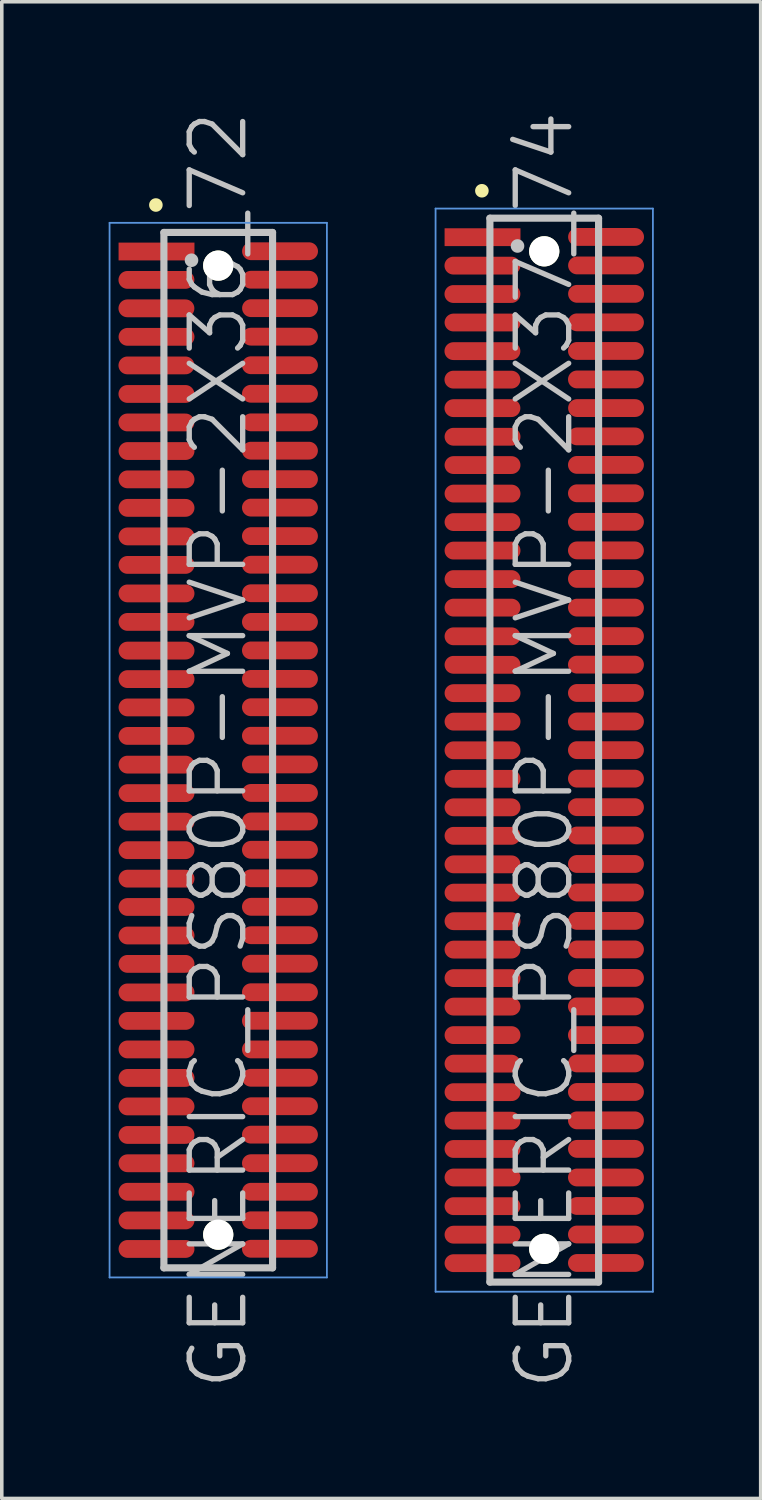
<source format=kicad_pcb>
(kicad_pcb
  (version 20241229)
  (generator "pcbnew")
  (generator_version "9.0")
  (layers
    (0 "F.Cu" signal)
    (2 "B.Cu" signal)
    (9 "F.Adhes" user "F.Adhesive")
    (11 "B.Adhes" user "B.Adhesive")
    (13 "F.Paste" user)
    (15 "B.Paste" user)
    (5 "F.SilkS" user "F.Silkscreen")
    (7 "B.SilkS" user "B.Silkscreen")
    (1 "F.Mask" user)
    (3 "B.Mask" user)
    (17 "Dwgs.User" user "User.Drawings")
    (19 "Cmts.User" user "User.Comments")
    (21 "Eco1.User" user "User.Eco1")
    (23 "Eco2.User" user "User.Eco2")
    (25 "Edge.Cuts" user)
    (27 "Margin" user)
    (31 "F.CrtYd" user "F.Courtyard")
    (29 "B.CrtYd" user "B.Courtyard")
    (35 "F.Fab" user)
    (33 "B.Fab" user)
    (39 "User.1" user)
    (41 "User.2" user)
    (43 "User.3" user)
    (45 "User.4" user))
  (footprint "GENERIC_PS80P-MVP-2X37_74"
    (layer "F.Cu")
    (at 12.225 18.004)
    (property "Reference" "GENERIC_PS80P-MVP-2X37_74" (at 0 0 90) (layer "Dwgs.User") (effects (font (size 1.5 1.5) (thickness 0.15))))
    (attr smd)
    (fp_line (start -1.75 -15.7) (end -1.75 -15.7) (stroke (width 0.381) (type solid)) (layer "F.SilkS"))
    (fp_line (start -1.525 -14.93) (end -1.525 14.93) (stroke (width 0.2) (type solid)) (layer "Dwgs.User"))
    (fp_line (start -1.525 -14.93) (end 1.525 -14.93) (stroke (width 0.2) (type solid)) (layer "Dwgs.User"))
    (fp_line (start -1.525 14.93) (end 1.525 14.93) (stroke (width 0.2) (type solid)) (layer "Dwgs.User"))
    (fp_line (start -0.75 -14.15) (end -0.75 -14.15) (stroke (width 0.381) (type solid)) (layer "Dwgs.User"))
    (fp_line (start 1.525 -14.93) (end 1.525 14.93) (stroke (width 0.2) (type solid)) (layer "Dwgs.User"))
    (fp_line (start -3.05 -15.2) (end -3.05 15.2) (stroke (width 0.05) (type solid)) (layer "Cmts.User"))
    (fp_line (start -3.05 -15.2) (end 3.05 -15.2) (stroke (width 0.05) (type solid)) (layer "Cmts.User"))
    (fp_line (start -3.05 15.2) (end 3.05 15.2) (stroke (width 0.05) (type solid)) (layer "Cmts.User"))
    (fp_line (start 3.05 -15.2) (end 3.05 15.2) (stroke (width 0.05) (type solid)) (layer "Cmts.User"))
    (pad "" np_thru_hole circle (at 0 -14 270) (size 0.848 0.848) (drill 0.848) (layers "*.Cu" "*.Mask" "F.SilkS"))
    (pad "" np_thru_hole circle (at 0 13.998 270) (size 0.848 0.848) (drill 0.848) (layers "*.Cu" "*.Mask" "F.SilkS"))
    (pad "1" smd rect (at -1.732 -14.397 270) (size 0.5 2.13) (layers "F.Cu" "F.Mask" "F.Paste"))
    (pad "2" smd oval (at 1.735 -14.404 270) (size 0.5 2.13) (layers "F.Cu" "F.Mask" "F.Paste"))
    (pad "3" smd oval (at -1.735 -13.599 270) (size 0.5 2.13) (layers "F.Cu" "F.Mask" "F.Paste"))
    (pad "4" smd oval (at 1.735 -13.604 270) (size 0.5 2.13) (layers "F.Cu" "F.Mask" "F.Paste"))
    (pad "5" smd oval (at -1.735 -12.802 270) (size 0.5 2.13) (layers "F.Cu" "F.Mask" "F.Paste"))
    (pad "6" smd oval (at 1.735 -12.807 270) (size 0.5 2.13) (layers "F.Cu" "F.Mask" "F.Paste"))
    (pad "7" smd oval (at -1.732 -12.002 270) (size 0.5 2.13) (layers "F.Cu" "F.Mask" "F.Paste"))
    (pad "8" smd oval (at 1.732 -12.007 270) (size 0.5 2.13) (layers "F.Cu" "F.Mask" "F.Paste"))
    (pad "9" smd oval (at -1.735 -11.199 270) (size 0.5 2.13) (layers "F.Cu" "F.Mask" "F.Paste"))
    (pad "10" smd oval (at 1.732 -11.204 270) (size 0.5 2.13) (layers "F.Cu" "F.Mask" "F.Paste"))
    (pad "11" smd oval (at -1.735 -10.399 270) (size 0.5 2.13) (layers "F.Cu" "F.Mask" "F.Paste"))
    (pad "12" smd oval (at 1.732 -10.404 270) (size 0.5 2.13) (layers "F.Cu" "F.Mask" "F.Paste"))
    (pad "13" smd oval (at -1.735 -9.599 270) (size 0.5 2.13) (layers "F.Cu" "F.Mask" "F.Paste"))
    (pad "14" smd oval (at 1.735 -9.601 270) (size 0.5 2.13) (layers "F.Cu" "F.Mask" "F.Paste"))
    (pad "15" smd oval (at -1.732 -8.796 270) (size 0.5 2.13) (layers "F.Cu" "F.Mask" "F.Paste"))
    (pad "16" smd oval (at 1.732 -8.806 270) (size 0.5 2.13) (layers "F.Cu" "F.Mask" "F.Paste"))
    (pad "17" smd oval (at -1.732 -8.001 270) (size 0.5 2.13) (layers "F.Cu" "F.Mask" "F.Paste"))
    (pad "18" smd oval (at 1.732 -8.006 270) (size 0.5 2.13) (layers "F.Cu" "F.Mask" "F.Paste"))
    (pad "19" smd oval (at -1.732 -7.201 270) (size 0.5 2.13) (layers "F.Cu" "F.Mask" "F.Paste"))
    (pad "20" smd oval (at 1.732 -7.209 270) (size 0.5 2.13) (layers "F.Cu" "F.Mask" "F.Paste"))
    (pad "21" smd oval (at -1.732 -6.401 270) (size 0.5 2.13) (layers "F.Cu" "F.Mask" "F.Paste"))
    (pad "22" smd oval (at 1.732 -6.408 270) (size 0.5 2.13) (layers "F.Cu" "F.Mask" "F.Paste"))
    (pad "23" smd oval (at -1.732 -5.601 270) (size 0.5 2.13) (layers "F.Cu" "F.Mask" "F.Paste"))
    (pad "24" smd oval (at 1.732 -5.606 270) (size 0.5 2.13) (layers "F.Cu" "F.Mask" "F.Paste"))
    (pad "25" smd oval (at -1.732 -4.801 270) (size 0.5 2.13) (layers "F.Cu" "F.Mask" "F.Paste"))
    (pad "26" smd oval (at 1.732 -4.806 270) (size 0.5 2.13) (layers "F.Cu" "F.Mask" "F.Paste"))
    (pad "27" smd oval (at -1.732 -4 270) (size 0.5 2.13) (layers "F.Cu" "F.Mask" "F.Paste"))
    (pad "28" smd oval (at 1.732 -4 270) (size 0.5 2.13) (layers "F.Cu" "F.Mask" "F.Paste"))
    (pad "29" smd oval (at -1.732 -3.195 270) (size 0.5 2.13) (layers "F.Cu" "F.Mask" "F.Paste"))
    (pad "30" smd oval (at 1.732 -3.2 270) (size 0.5 2.13) (layers "F.Cu" "F.Mask" "F.Paste"))
    (pad "31" smd oval (at -1.732 -2.395 270) (size 0.5 2.13) (layers "F.Cu" "F.Mask" "F.Paste"))
    (pad "32" smd oval (at 1.732 -2.4 270) (size 0.5 2.13) (layers "F.Cu" "F.Mask" "F.Paste"))
    (pad "33" smd oval (at -1.732 -1.6 270) (size 0.5 2.13) (layers "F.Cu" "F.Mask" "F.Paste"))
    (pad "34" smd oval (at 1.732 -1.605 270) (size 0.5 2.13) (layers "F.Cu" "F.Mask" "F.Paste"))
    (pad "35" smd oval (at -1.732 -0.8 270) (size 0.5 2.13) (layers "F.Cu" "F.Mask" "F.Paste"))
    (pad "36" smd oval (at 1.732 -0.805 270) (size 0.5 2.13) (layers "F.Cu" "F.Mask" "F.Paste"))
    (pad "37" smd oval (at -1.732 0.005 270) (size 0.5 2.13) (layers "F.Cu" "F.Mask" "F.Paste"))
    (pad "38" smd oval (at 1.732 0 270) (size 0.5 2.13) (layers "F.Cu" "F.Mask" "F.Paste"))
    (pad "39" smd oval (at -1.732 0.805 270) (size 0.5 2.13) (layers "F.Cu" "F.Mask" "F.Paste"))
    (pad "40" smd oval (at 1.732 0.8 270) (size 0.5 2.13) (layers "F.Cu" "F.Mask" "F.Paste"))
    (pad "41" smd oval (at -1.732 1.605 270) (size 0.5 2.13) (layers "F.Cu" "F.Mask" "F.Paste"))
    (pad "42" smd oval (at 1.732 1.6 270) (size 0.5 2.13) (layers "F.Cu" "F.Mask" "F.Paste"))
    (pad "43" smd oval (at -1.732 2.405 270) (size 0.5 2.13) (layers "F.Cu" "F.Mask" "F.Paste"))
    (pad "44" smd oval (at 1.732 2.395 270) (size 0.5 2.13) (layers "F.Cu" "F.Mask" "F.Paste"))
    (pad "45" smd oval (at -1.732 3.205 270) (size 0.5 2.13) (layers "F.Cu" "F.Mask" "F.Paste"))
    (pad "46" smd oval (at 1.732 3.195 270) (size 0.5 2.13) (layers "F.Cu" "F.Mask" "F.Paste"))
    (pad "47" smd oval (at -1.732 4 270) (size 0.5 2.13) (layers "F.Cu" "F.Mask" "F.Paste"))
    (pad "48" smd oval (at 1.732 3.995 270) (size 0.5 2.13) (layers "F.Cu" "F.Mask" "F.Paste"))
    (pad "49" smd oval (at -1.732 4.801 270) (size 0.5 2.13) (layers "F.Cu" "F.Mask" "F.Paste"))
    (pad "50" smd oval (at 1.732 4.793 270) (size 0.5 2.13) (layers "F.Cu" "F.Mask" "F.Paste"))
    (pad "51" smd oval (at -1.732 5.598 270) (size 0.5 2.13) (layers "F.Cu" "F.Mask" "F.Paste"))
    (pad "52" smd oval (at 1.732 5.593 270) (size 0.5 2.13) (layers "F.Cu" "F.Mask" "F.Paste"))
    (pad "53" smd oval (at -1.732 6.398 270) (size 0.5 2.13) (layers "F.Cu" "F.Mask" "F.Paste"))
    (pad "54" smd oval (at 1.732 6.393 270) (size 0.5 2.13) (layers "F.Cu" "F.Mask" "F.Paste"))
    (pad "55" smd oval (at -1.732 7.198 270) (size 0.5 2.13) (layers "F.Cu" "F.Mask" "F.Paste"))
    (pad "56" smd oval (at 1.732 7.193 270) (size 0.5 2.13) (layers "F.Cu" "F.Mask" "F.Paste"))
    (pad "57" smd oval (at -1.732 7.998 270) (size 0.5 2.13) (layers "F.Cu" "F.Mask" "F.Paste"))
    (pad "58" smd oval (at 1.732 7.998 270) (size 0.5 2.13) (layers "F.Cu" "F.Mask" "F.Paste"))
    (pad "59" smd oval (at -1.732 8.799 270) (size 0.5 2.13) (layers "F.Cu" "F.Mask" "F.Paste"))
    (pad "60" smd oval (at 1.732 8.793 270) (size 0.5 2.13) (layers "F.Cu" "F.Mask" "F.Paste"))
    (pad "61" smd oval (at -1.732 9.599 270) (size 0.5 2.13) (layers "F.Cu" "F.Mask" "F.Paste"))
    (pad "62" smd oval (at 1.732 9.594 270) (size 0.5 2.13) (layers "F.Cu" "F.Mask" "F.Paste"))
    (pad "63" smd oval (at -1.732 10.399 270) (size 0.5 2.13) (layers "F.Cu" "F.Mask" "F.Paste"))
    (pad "64" smd oval (at 1.732 10.391 270) (size 0.5 2.13) (layers "F.Cu" "F.Mask" "F.Paste"))
    (pad "65" smd oval (at -1.732 11.194 270) (size 0.5 2.13) (layers "F.Cu" "F.Mask" "F.Paste"))
    (pad "66" smd oval (at 1.732 11.191 270) (size 0.5 2.13) (layers "F.Cu" "F.Mask" "F.Paste"))
    (pad "67" smd oval (at -1.732 11.994 270) (size 0.5 2.13) (layers "F.Cu" "F.Mask" "F.Paste"))
    (pad "68" smd oval (at 1.732 11.994 270) (size 0.5 2.13) (layers "F.Cu" "F.Mask" "F.Paste"))
    (pad "69" smd oval (at -1.732 12.799 270) (size 0.5 2.13) (layers "F.Cu" "F.Mask" "F.Paste"))
    (pad "70" smd oval (at 1.732 12.794 270) (size 0.5 2.13) (layers "F.Cu" "F.Mask" "F.Paste"))
    (pad "71" smd oval (at -1.732 13.599 270) (size 0.5 2.13) (layers "F.Cu" "F.Mask" "F.Paste"))
    (pad "72" smd oval (at 1.732 13.594 270) (size 0.5 2.13) (layers "F.Cu" "F.Mask" "F.Paste"))
    (pad "73" smd oval (at -1.732 14.399 270) (size 0.5 2.13) (layers "F.Cu" "F.Mask" "F.Paste"))
    (pad "74" smd oval (at 1.732 14.394 270) (size 0.5 2.13) (layers "F.Cu" "F.Mask" "F.Paste")))
  (footprint "GENERIC_PS80P-MVP-2X36_72"
    (layer "F.Cu")
    (at 3.075 18.004)
    (property "Reference" "GENERIC_PS80P-MVP-2X36_72" (at 0 0 90) (layer "Dwgs.User") (effects (font (size 1.5 1.5) (thickness 0.15))))
    (attr smd)
    (fp_line (start -1.75 -15.3) (end -1.75 -15.3) (stroke (width 0.381) (type solid)) (layer "F.SilkS"))
    (fp_line (start -1.525 -14.53) (end -1.525 14.53) (stroke (width 0.2) (type solid)) (layer "Dwgs.User"))
    (fp_line (start -1.525 -14.53) (end 1.525 -14.53) (stroke (width 0.2) (type solid)) (layer "Dwgs.User"))
    (fp_line (start -1.525 14.53) (end 1.525 14.53) (stroke (width 0.2) (type solid)) (layer "Dwgs.User"))
    (fp_line (start -0.75 -13.75) (end -0.75 -13.75) (stroke (width 0.381) (type solid)) (layer "Dwgs.User"))
    (fp_line (start 1.525 -14.53) (end 1.525 14.53) (stroke (width 0.2) (type solid)) (layer "Dwgs.User"))
    (fp_line (start -3.05 -14.8) (end -3.05 14.8) (stroke (width 0.05) (type solid)) (layer "Cmts.User"))
    (fp_line (start -3.05 -14.8) (end 3.05 -14.8) (stroke (width 0.05) (type solid)) (layer "Cmts.User"))
    (fp_line (start -3.05 14.8) (end 3.05 14.8) (stroke (width 0.05) (type solid)) (layer "Cmts.User"))
    (fp_line (start 3.05 -14.8) (end 3.05 14.8) (stroke (width 0.05) (type solid)) (layer "Cmts.User"))
    (pad "" np_thru_hole circle (at 0 -13.599 270) (size 0.848 0.848) (drill 0.848) (layers "*.Cu" "*.Mask" "F.SilkS"))
    (pad "" np_thru_hole circle (at 0 13.599 270) (size 0.848 0.848) (drill 0.848) (layers "*.Cu" "*.Mask" "F.SilkS"))
    (pad "1" smd rect (at -1.732 -13.995 270) (size 0.5 2.13) (layers "F.Cu" "F.Mask" "F.Paste"))
    (pad "2" smd oval (at 1.735 -14.003 270) (size 0.5 2.13) (layers "F.Cu" "F.Mask" "F.Paste"))
    (pad "3" smd oval (at -1.735 -13.198 270) (size 0.5 2.13) (layers "F.Cu" "F.Mask" "F.Paste"))
    (pad "4" smd oval (at 1.735 -13.203 270) (size 0.5 2.13) (layers "F.Cu" "F.Mask" "F.Paste"))
    (pad "5" smd oval (at -1.735 -12.4 270) (size 0.5 2.13) (layers "F.Cu" "F.Mask" "F.Paste"))
    (pad "6" smd oval (at 1.735 -12.405 270) (size 0.5 2.13) (layers "F.Cu" "F.Mask" "F.Paste"))
    (pad "7" smd oval (at -1.732 -11.6 270) (size 0.5 2.13) (layers "F.Cu" "F.Mask" "F.Paste"))
    (pad "8" smd oval (at 1.732 -11.605 270) (size 0.5 2.13) (layers "F.Cu" "F.Mask" "F.Paste"))
    (pad "9" smd oval (at -1.735 -10.798 270) (size 0.5 2.13) (layers "F.Cu" "F.Mask" "F.Paste"))
    (pad "10" smd oval (at 1.732 -10.803 270) (size 0.5 2.13) (layers "F.Cu" "F.Mask" "F.Paste"))
    (pad "11" smd oval (at -1.735 -9.997 270) (size 0.5 2.13) (layers "F.Cu" "F.Mask" "F.Paste"))
    (pad "12" smd oval (at 1.732 -10.003 270) (size 0.5 2.13) (layers "F.Cu" "F.Mask" "F.Paste"))
    (pad "13" smd oval (at -1.735 -9.197 270) (size 0.5 2.13) (layers "F.Cu" "F.Mask" "F.Paste"))
    (pad "14" smd oval (at 1.735 -9.2 270) (size 0.5 2.13) (layers "F.Cu" "F.Mask" "F.Paste"))
    (pad "15" smd oval (at -1.732 -8.395 270) (size 0.5 2.13) (layers "F.Cu" "F.Mask" "F.Paste"))
    (pad "16" smd oval (at 1.732 -8.405 270) (size 0.5 2.13) (layers "F.Cu" "F.Mask" "F.Paste"))
    (pad "17" smd oval (at -1.732 -7.6 270) (size 0.5 2.13) (layers "F.Cu" "F.Mask" "F.Paste"))
    (pad "18" smd oval (at 1.732 -7.605 270) (size 0.5 2.13) (layers "F.Cu" "F.Mask" "F.Paste"))
    (pad "19" smd oval (at -1.732 -6.8 270) (size 0.5 2.13) (layers "F.Cu" "F.Mask" "F.Paste"))
    (pad "20" smd oval (at 1.732 -6.807 270) (size 0.5 2.13) (layers "F.Cu" "F.Mask" "F.Paste"))
    (pad "21" smd oval (at -1.732 -5.999 270) (size 0.5 2.13) (layers "F.Cu" "F.Mask" "F.Paste"))
    (pad "22" smd oval (at 1.732 -6.007 270) (size 0.5 2.13) (layers "F.Cu" "F.Mask" "F.Paste"))
    (pad "23" smd oval (at -1.732 -5.199 270) (size 0.5 2.13) (layers "F.Cu" "F.Mask" "F.Paste"))
    (pad "24" smd oval (at 1.732 -5.204 270) (size 0.5 2.13) (layers "F.Cu" "F.Mask" "F.Paste"))
    (pad "25" smd oval (at -1.732 -4.399 270) (size 0.5 2.13) (layers "F.Cu" "F.Mask" "F.Paste"))
    (pad "26" smd oval (at 1.732 -4.404 270) (size 0.5 2.13) (layers "F.Cu" "F.Mask" "F.Paste"))
    (pad "27" smd oval (at -1.732 -3.599 270) (size 0.5 2.13) (layers "F.Cu" "F.Mask" "F.Paste"))
    (pad "28" smd oval (at 1.732 -3.599 270) (size 0.5 2.13) (layers "F.Cu" "F.Mask" "F.Paste"))
    (pad "29" smd oval (at -1.732 -2.794 270) (size 0.5 2.13) (layers "F.Cu" "F.Mask" "F.Paste"))
    (pad "30" smd oval (at 1.732 -2.799 270) (size 0.5 2.13) (layers "F.Cu" "F.Mask" "F.Paste"))
    (pad "31" smd oval (at -1.732 -1.994 270) (size 0.5 2.13) (layers "F.Cu" "F.Mask" "F.Paste"))
    (pad "32" smd oval (at 1.732 -1.999 270) (size 0.5 2.13) (layers "F.Cu" "F.Mask" "F.Paste"))
    (pad "33" smd oval (at -1.732 -1.199 270) (size 0.5 2.13) (layers "F.Cu" "F.Mask" "F.Paste"))
    (pad "34" smd oval (at 1.732 -1.204 270) (size 0.5 2.13) (layers "F.Cu" "F.Mask" "F.Paste"))
    (pad "35" smd oval (at -1.732 -0.399 270) (size 0.5 2.13) (layers "F.Cu" "F.Mask" "F.Paste"))
    (pad "36" smd oval (at 1.732 -0.404 270) (size 0.5 2.13) (layers "F.Cu" "F.Mask" "F.Paste"))
    (pad "37" smd oval (at -1.732 0.406 270) (size 0.5 2.13) (layers "F.Cu" "F.Mask" "F.Paste"))
    (pad "38" smd oval (at 1.732 0.401 270) (size 0.5 2.13) (layers "F.Cu" "F.Mask" "F.Paste"))
    (pad "39" smd oval (at -1.732 1.206 270) (size 0.5 2.13) (layers "F.Cu" "F.Mask" "F.Paste"))
    (pad "40" smd oval (at 1.732 1.201 270) (size 0.5 2.13) (layers "F.Cu" "F.Mask" "F.Paste"))
    (pad "41" smd oval (at -1.732 2.007 270) (size 0.5 2.13) (layers "F.Cu" "F.Mask" "F.Paste"))
    (pad "42" smd oval (at 1.732 2.002 270) (size 0.5 2.13) (layers "F.Cu" "F.Mask" "F.Paste"))
    (pad "43" smd oval (at -1.732 2.807 270) (size 0.5 2.13) (layers "F.Cu" "F.Mask" "F.Paste"))
    (pad "44" smd oval (at 1.732 2.797 270) (size 0.5 2.13) (layers "F.Cu" "F.Mask" "F.Paste"))
    (pad "45" smd oval (at -1.732 3.607 270) (size 0.5 2.13) (layers "F.Cu" "F.Mask" "F.Paste"))
    (pad "46" smd oval (at 1.732 3.597 270) (size 0.5 2.13) (layers "F.Cu" "F.Mask" "F.Paste"))
    (pad "47" smd oval (at -1.732 4.402 270) (size 0.5 2.13) (layers "F.Cu" "F.Mask" "F.Paste"))
    (pad "48" smd oval (at 1.732 4.397 270) (size 0.5 2.13) (layers "F.Cu" "F.Mask" "F.Paste"))
    (pad "49" smd oval (at -1.732 5.202 270) (size 0.5 2.13) (layers "F.Cu" "F.Mask" "F.Paste"))
    (pad "50" smd oval (at 1.732 5.194 270) (size 0.5 2.13) (layers "F.Cu" "F.Mask" "F.Paste"))
    (pad "51" smd oval (at -1.732 5.999 270) (size 0.5 2.13) (layers "F.Cu" "F.Mask" "F.Paste"))
    (pad "52" smd oval (at 1.732 5.994 270) (size 0.5 2.13) (layers "F.Cu" "F.Mask" "F.Paste"))
    (pad "53" smd oval (at -1.732 6.8 270) (size 0.5 2.13) (layers "F.Cu" "F.Mask" "F.Paste"))
    (pad "54" smd oval (at 1.732 6.795 270) (size 0.5 2.13) (layers "F.Cu" "F.Mask" "F.Paste"))
    (pad "55" smd oval (at -1.732 7.6 270) (size 0.5 2.13) (layers "F.Cu" "F.Mask" "F.Paste"))
    (pad "56" smd oval (at 1.732 7.595 270) (size 0.5 2.13) (layers "F.Cu" "F.Mask" "F.Paste"))
    (pad "57" smd oval (at -1.732 8.4 270) (size 0.5 2.13) (layers "F.Cu" "F.Mask" "F.Paste"))
    (pad "58" smd oval (at 1.732 8.4 270) (size 0.5 2.13) (layers "F.Cu" "F.Mask" "F.Paste"))
    (pad "59" smd oval (at -1.732 9.2 270) (size 0.5 2.13) (layers "F.Cu" "F.Mask" "F.Paste"))
    (pad "60" smd oval (at 1.732 9.195 270) (size 0.5 2.13) (layers "F.Cu" "F.Mask" "F.Paste"))
    (pad "61" smd oval (at -1.732 10 270) (size 0.5 2.13) (layers "F.Cu" "F.Mask" "F.Paste"))
    (pad "62" smd oval (at 1.732 9.995 270) (size 0.5 2.13) (layers "F.Cu" "F.Mask" "F.Paste"))
    (pad "63" smd oval (at -1.732 10.8 270) (size 0.5 2.13) (layers "F.Cu" "F.Mask" "F.Paste"))
    (pad "64" smd oval (at 1.732 10.792 270) (size 0.5 2.13) (layers "F.Cu" "F.Mask" "F.Paste"))
    (pad "65" smd oval (at -1.732 11.595 270) (size 0.5 2.13) (layers "F.Cu" "F.Mask" "F.Paste"))
    (pad "66" smd oval (at 1.732 11.593 270) (size 0.5 2.13) (layers "F.Cu" "F.Mask" "F.Paste"))
    (pad "67" smd oval (at -1.732 12.395 270) (size 0.5 2.13) (layers "F.Cu" "F.Mask" "F.Paste"))
    (pad "68" smd oval (at 1.732 12.395 270) (size 0.5 2.13) (layers "F.Cu" "F.Mask" "F.Paste"))
    (pad "69" smd oval (at -1.732 13.2 270) (size 0.5 2.13) (layers "F.Cu" "F.Mask" "F.Paste"))
    (pad "70" smd oval (at 1.732 13.195 270) (size 0.5 2.13) (layers "F.Cu" "F.Mask" "F.Paste"))
    (pad "71" smd oval (at -1.732 14 270) (size 0.5 2.13) (layers "F.Cu" "F.Mask" "F.Paste"))
    (pad "72" smd oval (at 1.732 13.995 270) (size 0.5 2.13) (layers "F.Cu" "F.Mask" "F.Paste")))
  (gr_rect
    (start -3 -3)
    (end 18.3 39.007)
    (stroke (width 0.1) (type default))
    (fill no)
    (layer "Edge.Cuts")))
</source>
